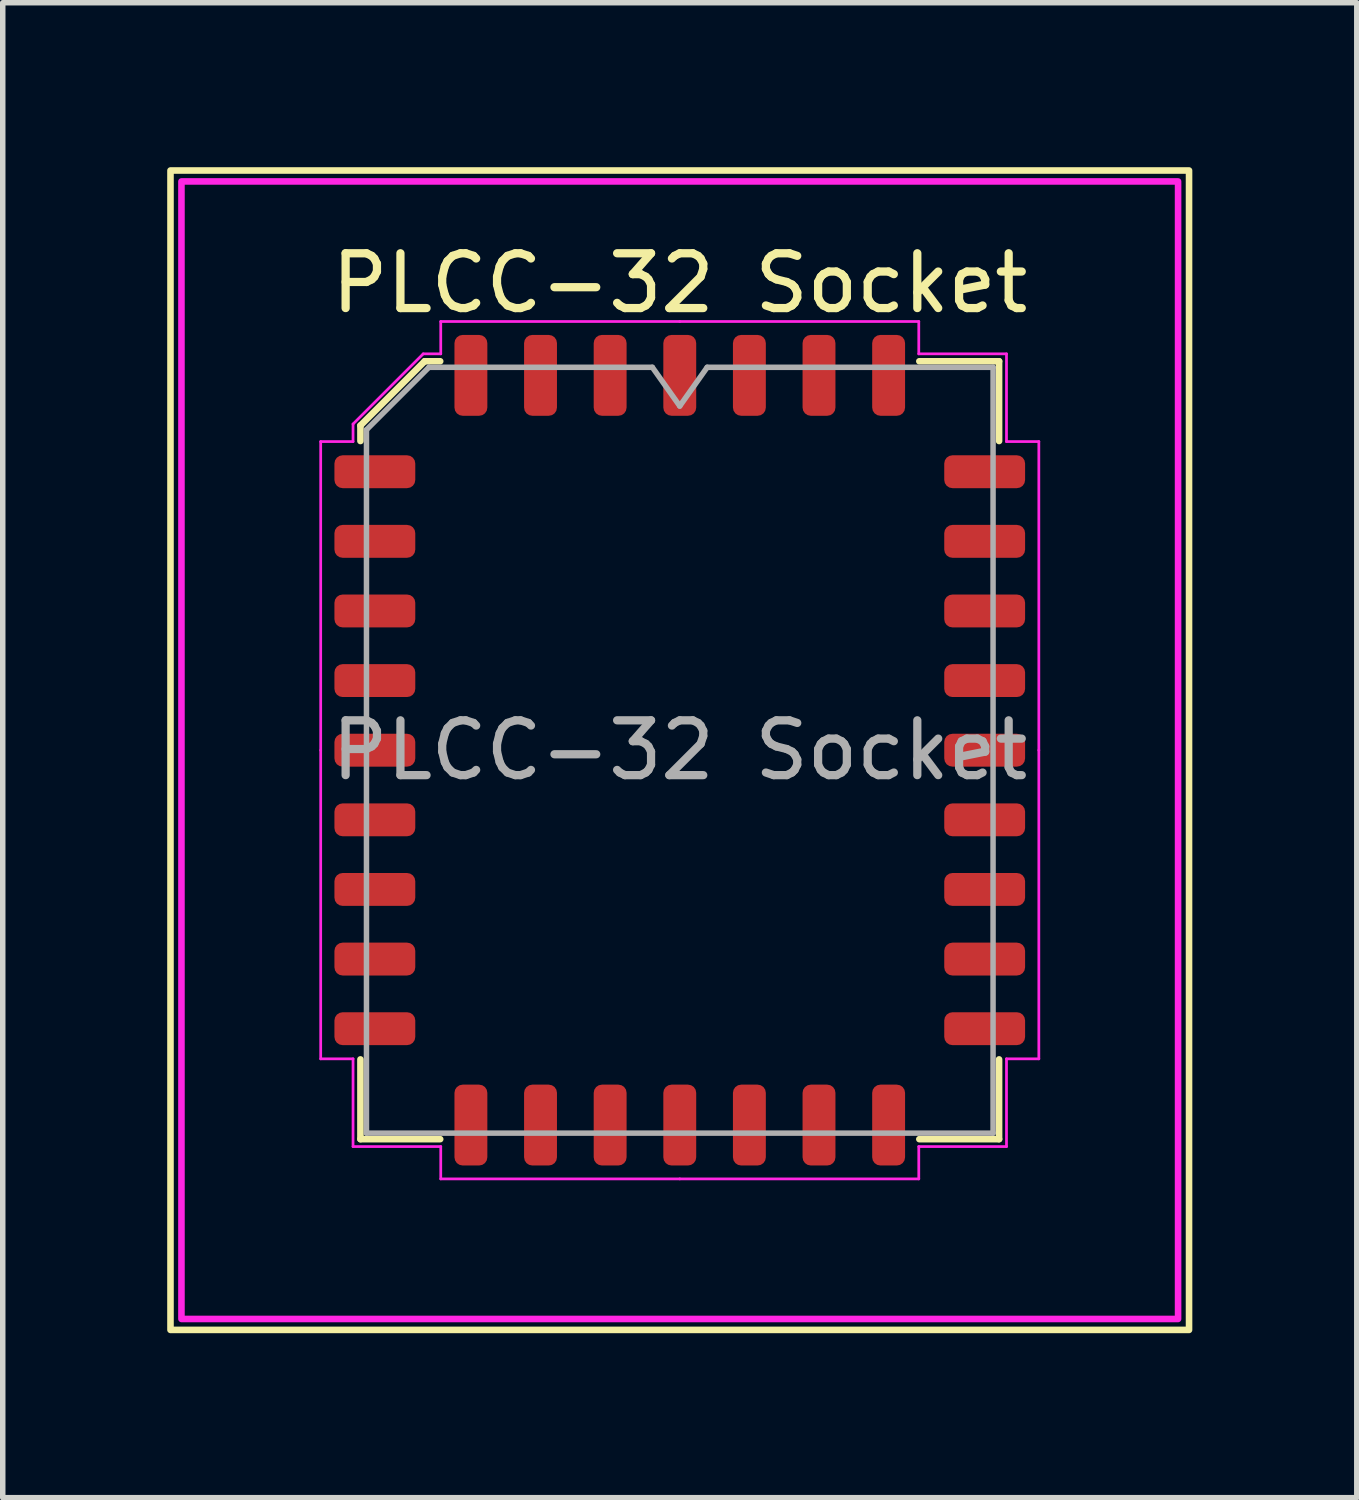
<source format=kicad_pcb>
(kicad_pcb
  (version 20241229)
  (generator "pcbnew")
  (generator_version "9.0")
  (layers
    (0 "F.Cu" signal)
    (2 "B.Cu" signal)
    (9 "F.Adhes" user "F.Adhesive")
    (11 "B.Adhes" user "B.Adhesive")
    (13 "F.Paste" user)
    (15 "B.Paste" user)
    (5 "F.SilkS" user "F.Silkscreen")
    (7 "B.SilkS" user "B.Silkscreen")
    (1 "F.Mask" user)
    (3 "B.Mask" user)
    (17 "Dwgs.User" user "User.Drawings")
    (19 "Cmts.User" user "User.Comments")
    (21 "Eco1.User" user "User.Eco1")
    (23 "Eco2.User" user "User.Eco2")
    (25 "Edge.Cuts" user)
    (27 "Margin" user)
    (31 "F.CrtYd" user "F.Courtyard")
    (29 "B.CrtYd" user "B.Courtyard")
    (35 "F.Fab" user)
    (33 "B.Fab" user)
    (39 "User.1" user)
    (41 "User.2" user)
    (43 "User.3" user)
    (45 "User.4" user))
  (footprint "PLCC-32 Socket"
    (layer "F.Cu")
    (at 9.35 10.635)
    (property "Reference" "PLCC-32 Socket" (at 0 -8.52 0) (layer "F.SilkS") (effects (font (size 1 1) (thickness 0.15))))
    (attr smd)
    (fp_line (start -5.825 -5.923) (end -5.825 -5.64) (stroke (width 0.12) (type solid)) (layer "F.SilkS"))
    (fp_line (start -5.825 7.095) (end -5.825 5.64) (stroke (width 0.12) (type solid)) (layer "F.SilkS"))
    (fp_line (start -4.653 -7.095) (end -5.825 -5.923) (stroke (width 0.12) (type solid)) (layer "F.SilkS"))
    (fp_line (start -4.37 -7.095) (end -4.653 -7.095) (stroke (width 0.12) (type solid)) (layer "F.SilkS"))
    (fp_line (start -4.37 7.095) (end -5.825 7.095) (stroke (width 0.12) (type solid)) (layer "F.SilkS"))
    (fp_line (start 4.37 -7.095) (end 5.825 -7.095) (stroke (width 0.12) (type solid)) (layer "F.SilkS"))
    (fp_line (start 4.37 7.095) (end 5.825 7.095) (stroke (width 0.12) (type solid)) (layer "F.SilkS"))
    (fp_line (start 5.825 -7.095) (end 5.825 -5.64) (stroke (width 0.12) (type solid)) (layer "F.SilkS"))
    (fp_line (start 5.825 7.095) (end 5.825 5.64) (stroke (width 0.12) (type solid)) (layer "F.SilkS"))
    (fp_rect (start -9.29 -10.575) (end 9.29 10.575) (stroke (width 0.12) (type solid)) (fill no) (layer "F.SilkS"))
    (fp_line (start -6.55 -5.63) (end -6.55 0) (stroke (width 0.05) (type solid)) (layer "F.CrtYd"))
    (fp_line (start -6.55 5.63) (end -6.55 0) (stroke (width 0.05) (type solid)) (layer "F.CrtYd"))
    (fp_line (start -5.96 -5.95) (end -5.96 -5.63) (stroke (width 0.05) (type solid)) (layer "F.CrtYd"))
    (fp_line (start -5.96 -5.63) (end -6.55 -5.63) (stroke (width 0.05) (type solid)) (layer "F.CrtYd"))
    (fp_line (start -5.96 5.63) (end -6.55 5.63) (stroke (width 0.05) (type solid)) (layer "F.CrtYd"))
    (fp_line (start -5.96 7.23) (end -5.96 5.63) (stroke (width 0.05) (type solid)) (layer "F.CrtYd"))
    (fp_line (start -4.68 -7.23) (end -5.96 -5.95) (stroke (width 0.05) (type solid)) (layer "F.CrtYd"))
    (fp_line (start -4.36 -7.82) (end -4.36 -7.23) (stroke (width 0.05) (type solid)) (layer "F.CrtYd"))
    (fp_line (start -4.36 -7.23) (end -4.68 -7.23) (stroke (width 0.05) (type solid)) (layer "F.CrtYd"))
    (fp_line (start -4.36 7.23) (end -5.96 7.23) (stroke (width 0.05) (type solid)) (layer "F.CrtYd"))
    (fp_line (start -4.36 7.82) (end -4.36 7.23) (stroke (width 0.05) (type solid)) (layer "F.CrtYd"))
    (fp_line (start 0 -7.82) (end -4.36 -7.82) (stroke (width 0.05) (type solid)) (layer "F.CrtYd"))
    (fp_line (start 0 -7.82) (end 4.36 -7.82) (stroke (width 0.05) (type solid)) (layer "F.CrtYd"))
    (fp_line (start 0 7.82) (end -4.36 7.82) (stroke (width 0.05) (type solid)) (layer "F.CrtYd"))
    (fp_line (start 0 7.82) (end 4.36 7.82) (stroke (width 0.05) (type solid)) (layer "F.CrtYd"))
    (fp_line (start 4.36 -7.82) (end 4.36 -7.23) (stroke (width 0.05) (type solid)) (layer "F.CrtYd"))
    (fp_line (start 4.36 -7.23) (end 5.96 -7.23) (stroke (width 0.05) (type solid)) (layer "F.CrtYd"))
    (fp_line (start 4.36 7.23) (end 5.96 7.23) (stroke (width 0.05) (type solid)) (layer "F.CrtYd"))
    (fp_line (start 4.36 7.82) (end 4.36 7.23) (stroke (width 0.05) (type solid)) (layer "F.CrtYd"))
    (fp_line (start 5.96 -7.23) (end 5.96 -5.63) (stroke (width 0.05) (type solid)) (layer "F.CrtYd"))
    (fp_line (start 5.96 -5.63) (end 6.55 -5.63) (stroke (width 0.05) (type solid)) (layer "F.CrtYd"))
    (fp_line (start 5.96 5.63) (end 6.55 5.63) (stroke (width 0.05) (type solid)) (layer "F.CrtYd"))
    (fp_line (start 5.96 7.23) (end 5.96 5.63) (stroke (width 0.05) (type solid)) (layer "F.CrtYd"))
    (fp_line (start 6.55 -5.63) (end 6.55 0) (stroke (width 0.05) (type solid)) (layer "F.CrtYd"))
    (fp_line (start 6.55 5.63) (end 6.55 0) (stroke (width 0.05) (type solid)) (layer "F.CrtYd"))
    (fp_rect (start -9.09 -10.375) (end 9.09 10.375) (stroke (width 0.12) (type solid)) (fill no) (layer "F.CrtYd"))
    (fp_line (start -5.715 -5.845) (end -4.575 -6.985) (stroke (width 0.1) (type solid)) (layer "F.Fab"))
    (fp_line (start -5.715 6.985) (end -5.715 -5.845) (stroke (width 0.1) (type solid)) (layer "F.Fab"))
    (fp_line (start -4.575 -6.985) (end -0.5 -6.985) (stroke (width 0.1) (type solid)) (layer "F.Fab"))
    (fp_line (start -0.5 -6.985) (end 0 -6.278) (stroke (width 0.1) (type solid)) (layer "F.Fab"))
    (fp_line (start 0 -6.278) (end 0.5 -6.985) (stroke (width 0.1) (type solid)) (layer "F.Fab"))
    (fp_line (start 0.5 -6.985) (end 5.715 -6.985) (stroke (width 0.1) (type solid)) (layer "F.Fab"))
    (fp_line (start 5.715 -6.985) (end 5.715 6.985) (stroke (width 0.1) (type solid)) (layer "F.Fab"))
    (fp_line (start 5.715 6.985) (end -5.715 6.985) (stroke (width 0.1) (type solid)) (layer "F.Fab"))
    (fp_text user "${REFERENCE}" (at 0 0 0) (layer "F.Fab") (effects (font (size 1 1) (thickness 0.15))))
    (pad "1" smd roundrect (at 0 -6.838) (size 0.6 1.475) (layers "F.Cu" "F.Mask" "F.Paste") (roundrect_rratio 0.25))
    (pad "2" smd roundrect (at -1.27 -6.838) (size 0.6 1.475) (layers "F.Cu" "F.Mask" "F.Paste") (roundrect_rratio 0.25))
    (pad "3" smd roundrect (at -2.54 -6.838) (size 0.6 1.475) (layers "F.Cu" "F.Mask" "F.Paste") (roundrect_rratio 0.25))
    (pad "4" smd roundrect (at -3.81 -6.838) (size 0.6 1.475) (layers "F.Cu" "F.Mask" "F.Paste") (roundrect_rratio 0.25))
    (pad "5" smd roundrect (at -5.562 -5.08) (size 1.475 0.6) (layers "F.Cu" "F.Mask" "F.Paste") (roundrect_rratio 0.25))
    (pad "6" smd roundrect (at -5.562 -3.81) (size 1.475 0.6) (layers "F.Cu" "F.Mask" "F.Paste") (roundrect_rratio 0.25))
    (pad "7" smd roundrect (at -5.562 -2.54) (size 1.475 0.6) (layers "F.Cu" "F.Mask" "F.Paste") (roundrect_rratio 0.25))
    (pad "8" smd roundrect (at -5.562 -1.27) (size 1.475 0.6) (layers "F.Cu" "F.Mask" "F.Paste") (roundrect_rratio 0.25))
    (pad "9" smd roundrect (at -5.562 0) (size 1.475 0.6) (layers "F.Cu" "F.Mask" "F.Paste") (roundrect_rratio 0.25))
    (pad "10" smd roundrect (at -5.562 1.27) (size 1.475 0.6) (layers "F.Cu" "F.Mask" "F.Paste") (roundrect_rratio 0.25))
    (pad "11" smd roundrect (at -5.562 2.54) (size 1.475 0.6) (layers "F.Cu" "F.Mask" "F.Paste") (roundrect_rratio 0.25))
    (pad "12" smd roundrect (at -5.562 3.81) (size 1.475 0.6) (layers "F.Cu" "F.Mask" "F.Paste") (roundrect_rratio 0.25))
    (pad "13" smd roundrect (at -5.562 5.08) (size 1.475 0.6) (layers "F.Cu" "F.Mask" "F.Paste") (roundrect_rratio 0.25))
    (pad "14" smd roundrect (at -3.81 6.838) (size 0.6 1.475) (layers "F.Cu" "F.Mask" "F.Paste") (roundrect_rratio 0.25))
    (pad "15" smd roundrect (at -2.54 6.838) (size 0.6 1.475) (layers "F.Cu" "F.Mask" "F.Paste") (roundrect_rratio 0.25))
    (pad "16" smd roundrect (at -1.27 6.838) (size 0.6 1.475) (layers "F.Cu" "F.Mask" "F.Paste") (roundrect_rratio 0.25))
    (pad "17" smd roundrect (at 0 6.838) (size 0.6 1.475) (layers "F.Cu" "F.Mask" "F.Paste") (roundrect_rratio 0.25))
    (pad "18" smd roundrect (at 1.27 6.838) (size 0.6 1.475) (layers "F.Cu" "F.Mask" "F.Paste") (roundrect_rratio 0.25))
    (pad "19" smd roundrect (at 2.54 6.838) (size 0.6 1.475) (layers "F.Cu" "F.Mask" "F.Paste") (roundrect_rratio 0.25))
    (pad "20" smd roundrect (at 3.81 6.838) (size 0.6 1.475) (layers "F.Cu" "F.Mask" "F.Paste") (roundrect_rratio 0.25))
    (pad "21" smd roundrect (at 5.562 5.08) (size 1.475 0.6) (layers "F.Cu" "F.Mask" "F.Paste") (roundrect_rratio 0.25))
    (pad "22" smd roundrect (at 5.562 3.81) (size 1.475 0.6) (layers "F.Cu" "F.Mask" "F.Paste") (roundrect_rratio 0.25))
    (pad "23" smd roundrect (at 5.562 2.54) (size 1.475 0.6) (layers "F.Cu" "F.Mask" "F.Paste") (roundrect_rratio 0.25))
    (pad "24" smd roundrect (at 5.562 1.27) (size 1.475 0.6) (layers "F.Cu" "F.Mask" "F.Paste") (roundrect_rratio 0.25))
    (pad "25" smd roundrect (at 5.562 0) (size 1.475 0.6) (layers "F.Cu" "F.Mask" "F.Paste") (roundrect_rratio 0.25))
    (pad "26" smd roundrect (at 5.562 -1.27) (size 1.475 0.6) (layers "F.Cu" "F.Mask" "F.Paste") (roundrect_rratio 0.25))
    (pad "27" smd roundrect (at 5.562 -2.54) (size 1.475 0.6) (layers "F.Cu" "F.Mask" "F.Paste") (roundrect_rratio 0.25))
    (pad "28" smd roundrect (at 5.562 -3.81) (size 1.475 0.6) (layers "F.Cu" "F.Mask" "F.Paste") (roundrect_rratio 0.25))
    (pad "29" smd roundrect (at 5.562 -5.08) (size 1.475 0.6) (layers "F.Cu" "F.Mask" "F.Paste") (roundrect_rratio 0.25))
    (pad "30" smd roundrect (at 3.81 -6.838) (size 0.6 1.475) (layers "F.Cu" "F.Mask" "F.Paste") (roundrect_rratio 0.25))
    (pad "31" smd roundrect (at 2.54 -6.838) (size 0.6 1.475) (layers "F.Cu" "F.Mask" "F.Paste") (roundrect_rratio 0.25))
    (pad "32" smd roundrect (at 1.27 -6.838) (size 0.6 1.475) (layers "F.Cu" "F.Mask" "F.Paste") (roundrect_rratio 0.25)))
  (gr_rect
    (start -3 -3)
    (end 21.7 24.27)
    (stroke (width 0.1) (type default))
    (fill no)
    (layer "Edge.Cuts")))
</source>
